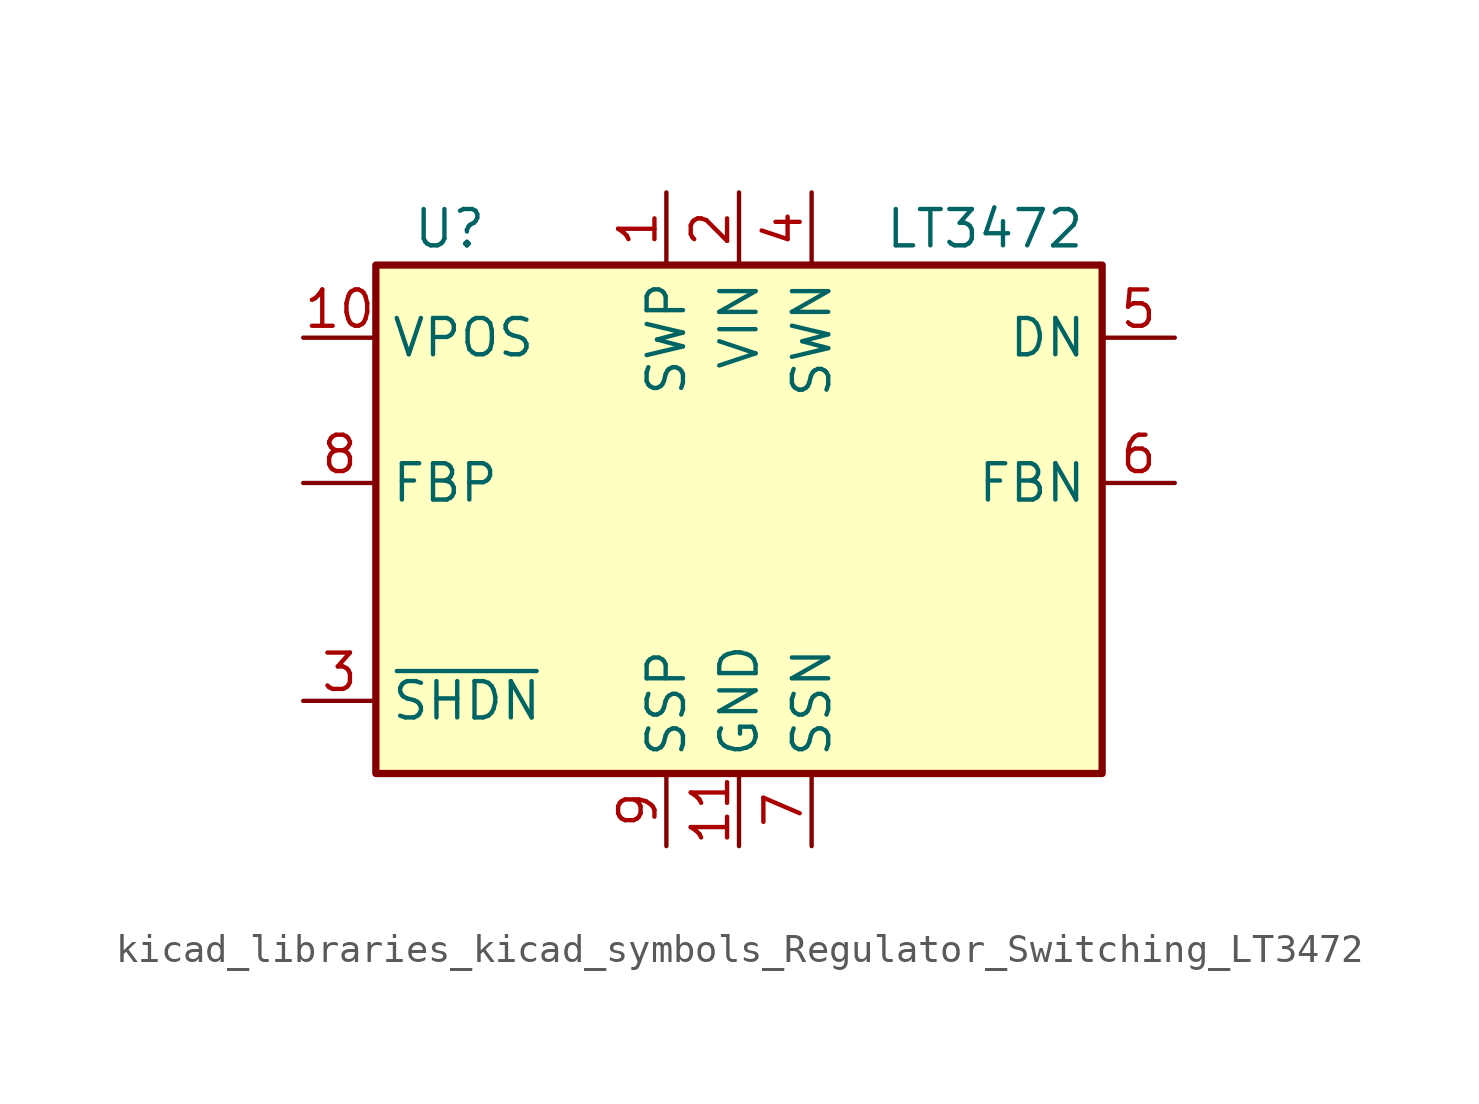
<source format=kicad_sym>
(kicad_symbol_lib
  (version 20220914)
  (generator kicad_symbol_editor)
  (symbol "kicad_libraries_kicad_symbols_Regulator_Switching_LT3472"
    (property "Reference" "U"
      (at -11.43 8.89 0)
      (effects (font (size 1.27 1.27)) (justify left)))
    (property "Value" "LT3472"
      (at 5.08 8.89 0)
      (effects (font (size 1.27 1.27)) (justify left)))
    (symbol "kicad_libraries_kicad_symbols_Regulator_Switching_LT3472_0_1"
      (rectangle (start -12.7 7.62) (end 12.7 -10.16) (stroke (width 0.254) (type default)) (fill (type background))))
    (symbol "kicad_libraries_kicad_symbols_Regulator_Switching_LT3472_1_1"
      (pin power_in line (at -2.54 10.16 270) (length 2.54) (name "SWP" (effects (font (size 1.27 1.27)))) (number "1" (effects (font (size 1.27 1.27)))))
      (pin output line (at -15.24 5.08 0) (length 2.54) (name "VPOS" (effects (font (size 1.27 1.27)))) (number "10" (effects (font (size 1.27 1.27)))))
      (pin power_in line (at 0 -12.7 90) (length 2.54) (name "GND" (effects (font (size 1.27 1.27)))) (number "11" (effects (font (size 1.27 1.27)))))
      (pin power_in line (at 0 10.16 270) (length 2.54) (name "VIN" (effects (font (size 1.27 1.27)))) (number "2" (effects (font (size 1.27 1.27)))))
      (pin input line (at -15.24 -7.62 0) (length 2.54) (name "~{SHDN}" (effects (font (size 1.27 1.27)))) (number "3" (effects (font (size 1.27 1.27)))))
      (pin power_in line (at 2.54 10.16 270) (length 2.54) (name "SWN" (effects (font (size 1.27 1.27)))) (number "4" (effects (font (size 1.27 1.27)))))
      (pin input line (at 15.24 5.08 180) (length 2.54) (name "DN" (effects (font (size 1.27 1.27)))) (number "5" (effects (font (size 1.27 1.27)))))
      (pin input line (at 15.24 0 180) (length 2.54) (name "FBN" (effects (font (size 1.27 1.27)))) (number "6" (effects (font (size 1.27 1.27)))))
      (pin power_in line (at 2.54 -12.7 90) (length 2.54) (name "SSN" (effects (font (size 1.27 1.27)))) (number "7" (effects (font (size 1.27 1.27)))))
      (pin input line (at -15.24 0 0) (length 2.54) (name "FBP" (effects (font (size 1.27 1.27)))) (number "8" (effects (font (size 1.27 1.27)))))
      (pin power_in line (at -2.54 -12.7 90) (length 2.54) (name "SSP" (effects (font (size 1.27 1.27)))) (number "9" (effects (font (size 1.27 1.27))))))))
</source>
